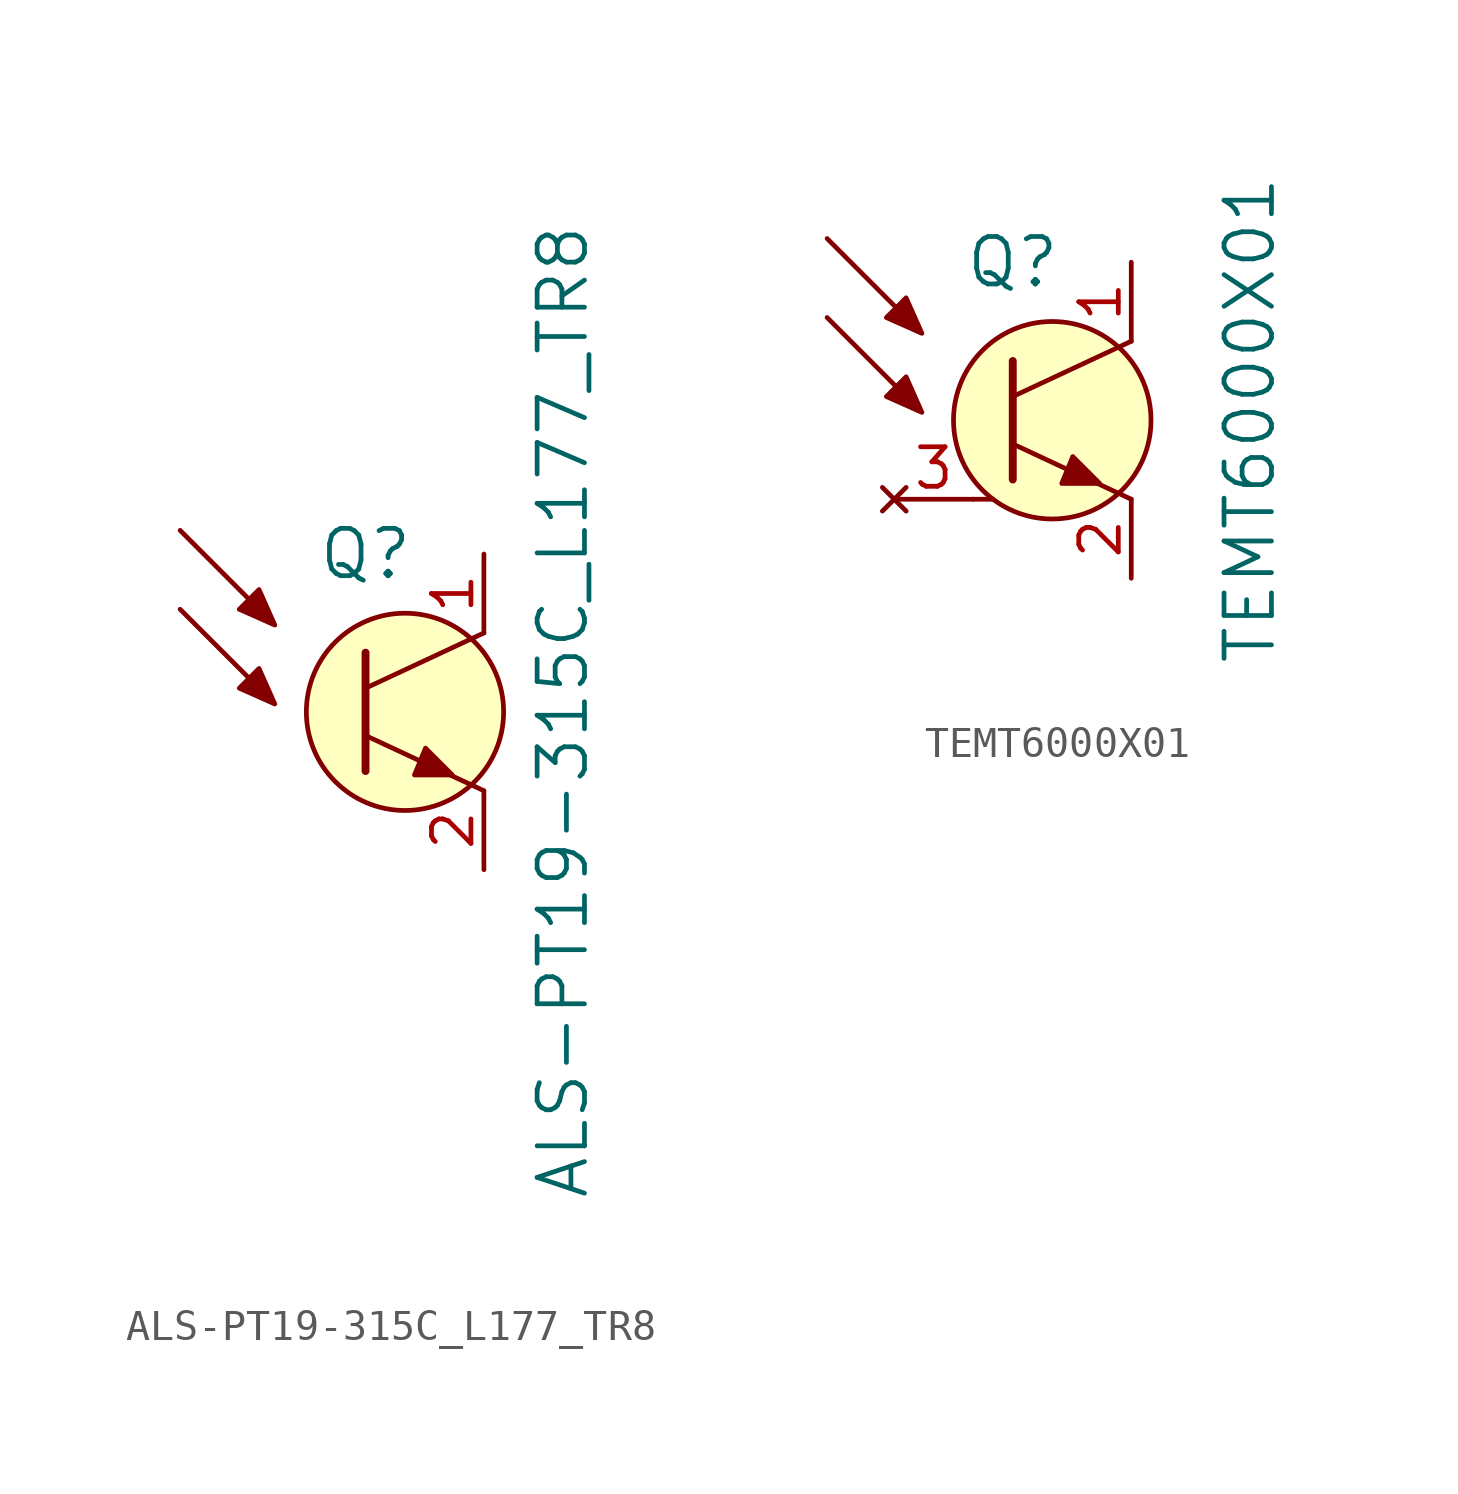
<source format=kicad_sym>
(kicad_symbol_lib
  (version 20201005)
  (generator kicad_symbol_editor)
  (symbol "ALS-PT19-315C_L177_TR8"
    (pin_names
      (offset 1.016) hide)
    (property "Reference" "Q"
      (at -1.27 5.08 0)
      (effects (font (size 1.524 1.524))))
    (property "Value" "ALS-PT19-315C_L177_TR8"
      (at 5.08 0 90)
      (effects (font (size 1.524 1.524))))
    (symbol "ALS-PT19-315C_L177_TR8_0_1"
      (circle (center 0 0) (radius 3.175) (stroke (width 0)) (fill (type background)))
      (polyline (pts (xy -7.239 3.302) (xy -4.953 1.016)) (stroke (width 0)) (fill (type none)))
      (polyline (pts (xy -7.239 5.842) (xy -4.953 3.556)) (stroke (width 0)) (fill (type none)))
      (polyline (pts (xy -1.27 -1.905) (xy -1.27 1.905)) (stroke (width 0.254)) (fill (type none)))
      (polyline (pts (xy -1.27 -0.762) (xy 2.54 -2.54)) (stroke (width 0)) (fill (type none)))
      (polyline (pts (xy -1.27 0.762) (xy 2.54 2.54)) (stroke (width 0)) (fill (type none)))
      (polyline (pts (xy -4.191 0.254) (xy -5.334 0.762) (xy -4.699 1.397) (xy -4.191 0.254)) (stroke (width 0)) (fill (type outline)))
      (polyline (pts (xy -4.191 2.794) (xy -5.334 3.302) (xy -4.699 3.937) (xy -4.191 2.794)) (stroke (width 0)) (fill (type outline)))
      (polyline (pts (xy 1.524 -2.032) (xy 0.305 -2.032) (xy 0.66 -1.168) (xy 1.524 -2.032)) (stroke (width 0)) (fill (type outline))))
    (symbol "ALS-PT19-315C_L177_TR8_1_1"
      (pin passive line (at 2.54 5.08 270) (length 2.54) (name "C" (effects (font (size 1.27 1.27)))) (number "1" (effects (font (size 1.27 1.27)))))
      (pin passive line (at 2.54 -5.08 90) (length 2.54) (name "E" (effects (font (size 1.27 1.27)))) (number "2" (effects (font (size 1.27 1.27)))))))
  (symbol "TEMT6000X01"
    (pin_names
      (offset 0) hide)
    (property "Reference" "Q"
      (at -1.27 5.08 0)
      (effects (font (size 1.524 1.524))))
    (property "Value" "TEMT6000X01"
      (at 6.35 0 90)
      (effects (font (size 1.524 1.524))))
    (symbol "TEMT6000X01_0_1"
      (circle (center 0 0) (radius 3.175) (stroke (width 0)) (fill (type background)))
      (polyline (pts (xy -7.239 3.302) (xy -4.953 1.016)) (stroke (width 0)) (fill (type none)))
      (polyline (pts (xy -7.239 5.842) (xy -4.953 3.556)) (stroke (width 0)) (fill (type none)))
      (polyline (pts (xy -2.54 -2.54) (xy -1.905 -2.54)) (stroke (width 0)) (fill (type none)))
      (polyline (pts (xy -1.27 -1.905) (xy -1.27 1.905)) (stroke (width 0.254)) (fill (type none)))
      (polyline (pts (xy -1.27 -0.762) (xy 2.54 -2.54)) (stroke (width 0)) (fill (type none)))
      (polyline (pts (xy -1.27 0.762) (xy 2.54 2.54)) (stroke (width 0)) (fill (type none)))
      (polyline (pts (xy -4.191 0.254) (xy -5.334 0.762) (xy -4.699 1.397) (xy -4.191 0.254)) (stroke (width 0)) (fill (type outline)))
      (polyline (pts (xy -4.191 2.794) (xy -5.334 3.302) (xy -4.699 3.937) (xy -4.191 2.794)) (stroke (width 0)) (fill (type outline)))
      (polyline (pts (xy 1.524 -2.032) (xy 0.305 -2.032) (xy 0.66 -1.168) (xy 1.524 -2.032)) (stroke (width 0)) (fill (type outline))))
    (symbol "TEMT6000X01_1_1"
      (pin passive line (at 2.54 5.08 270) (length 2.54) (name "C" (effects (font (size 1.27 1.27)))) (number "1" (effects (font (size 1.27 1.27)))))
      (pin passive line (at 2.54 -5.08 90) (length 2.54) (name "E" (effects (font (size 1.27 1.27)))) (number "2" (effects (font (size 1.27 1.27)))))
      (pin no_connect line (at -5.08 -2.54 0) (length 2.54) (name "NC" (effects (font (size 1.27 1.27)))) (number "3" (effects (font (size 1.27 1.27))))))))
</source>
